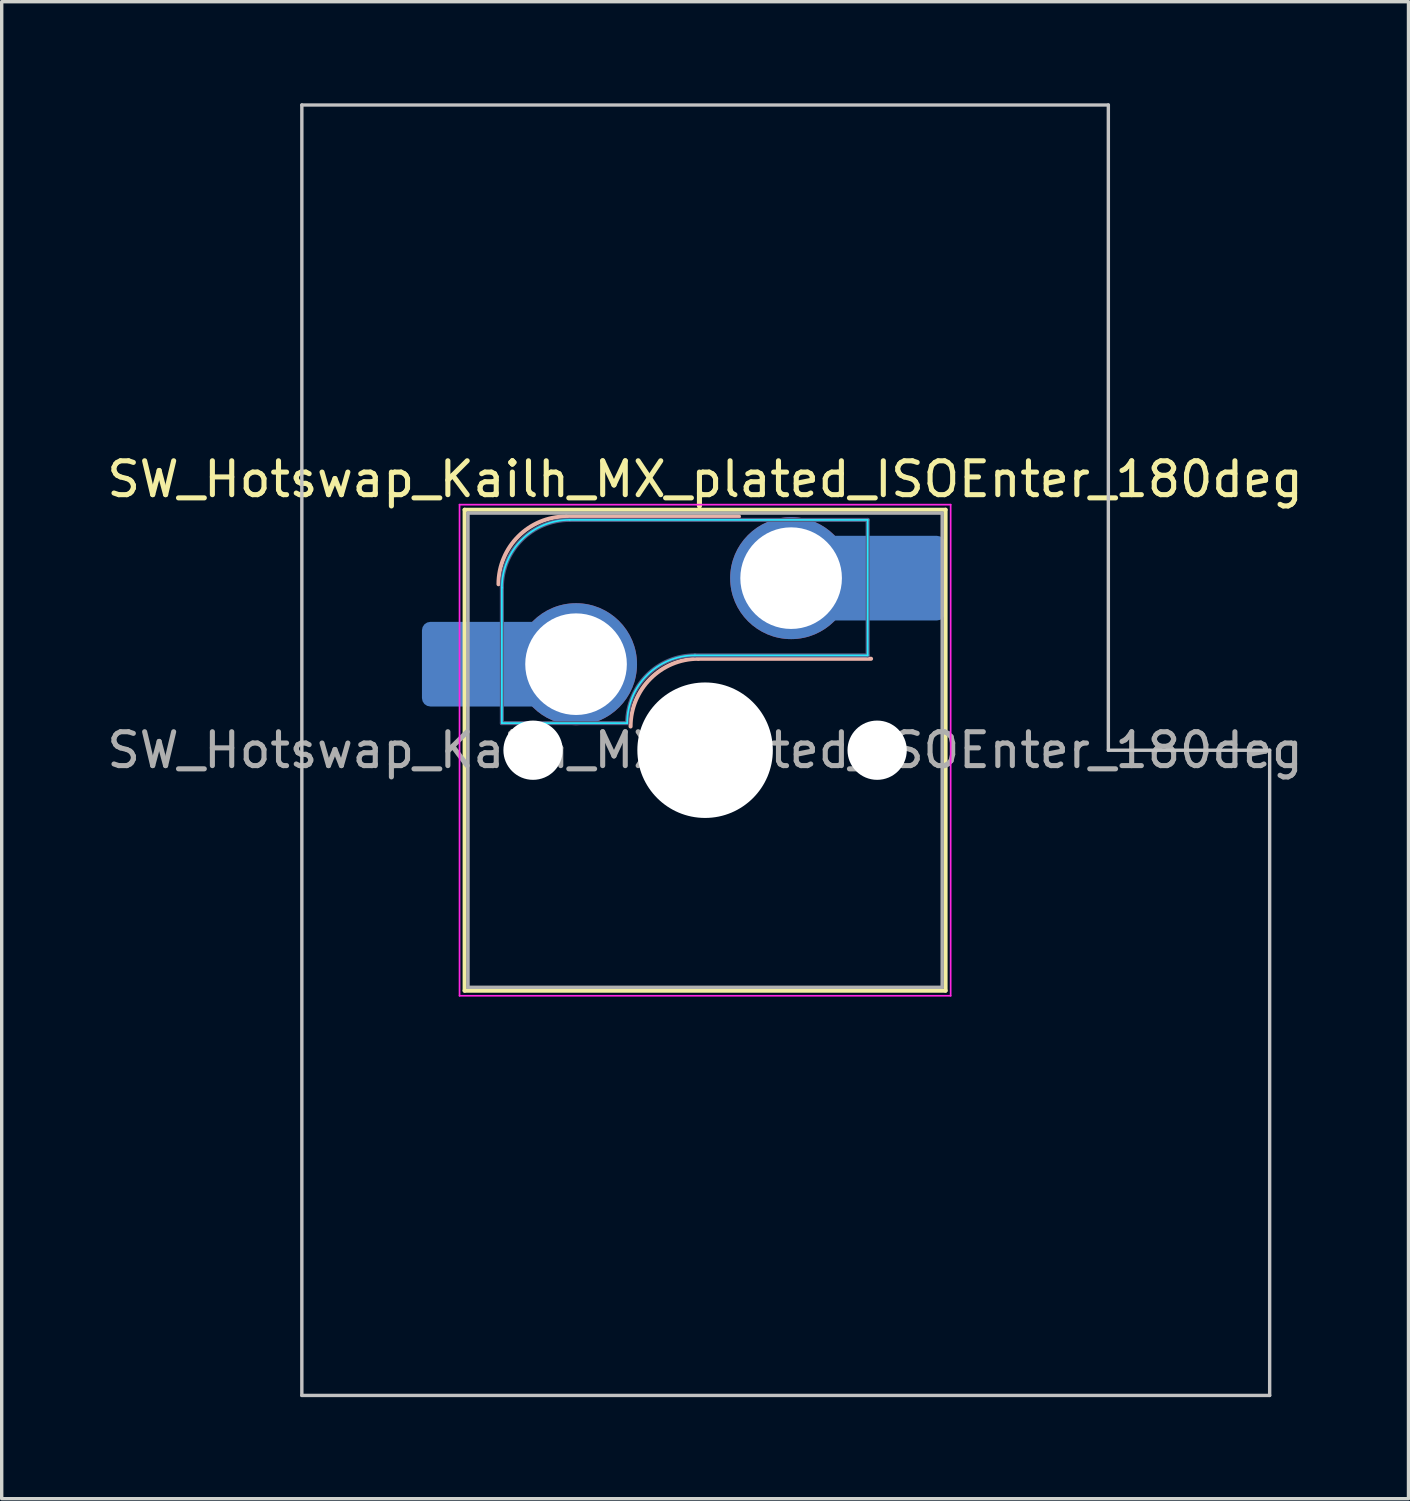
<source format=kicad_pcb>
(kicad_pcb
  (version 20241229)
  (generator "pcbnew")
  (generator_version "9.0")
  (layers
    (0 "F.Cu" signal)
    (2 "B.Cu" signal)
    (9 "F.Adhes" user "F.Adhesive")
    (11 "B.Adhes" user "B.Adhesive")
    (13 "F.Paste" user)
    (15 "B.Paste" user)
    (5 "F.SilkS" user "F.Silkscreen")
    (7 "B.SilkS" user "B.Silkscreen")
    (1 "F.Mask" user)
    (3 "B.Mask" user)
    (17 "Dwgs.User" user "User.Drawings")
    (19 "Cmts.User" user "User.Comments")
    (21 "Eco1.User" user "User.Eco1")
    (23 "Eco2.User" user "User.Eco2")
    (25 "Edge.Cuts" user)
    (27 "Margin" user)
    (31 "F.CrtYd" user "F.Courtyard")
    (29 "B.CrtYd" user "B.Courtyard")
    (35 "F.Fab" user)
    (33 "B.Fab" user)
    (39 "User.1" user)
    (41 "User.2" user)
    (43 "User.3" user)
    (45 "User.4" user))
  (footprint "SW_Hotswap_Kailh_MX_plated_ISOEnter_180deg"
    (layer "F.Cu")
    (at 17.768 19.1)
    (property "Reference" "SW_Hotswap_Kailh_MX_plated_ISOEnter_180deg" (at 0 -8 0) (layer "F.SilkS") (effects (font (size 1 1) (thickness 0.15))))
    (attr smd)
    (fp_line (start -7.1 -7.1) (end -7.1 7.1) (stroke (width 0.12) (type solid)) (layer "F.SilkS"))
    (fp_line (start -7.1 7.1) (end 7.1 7.1) (stroke (width 0.12) (type solid)) (layer "F.SilkS"))
    (fp_line (start 7.1 -7.1) (end -7.1 -7.1) (stroke (width 0.12) (type solid)) (layer "F.SilkS"))
    (fp_line (start 7.1 7.1) (end 7.1 -7.1) (stroke (width 0.12) (type solid)) (layer "F.SilkS"))
    (fp_line (start -4.1 -6.9) (end 1 -6.9) (stroke (width 0.12) (type solid)) (layer "B.SilkS"))
    (fp_line (start -0.2 -2.7) (end 4.9 -2.7) (stroke (width 0.12) (type solid)) (layer "B.SilkS"))
    (fp_arc (start -6.1 -4.9) (mid -5.514214 -6.314214) (end -4.1 -6.9) (stroke (width 0.12) (type solid)) (layer "B.SilkS"))
    (fp_arc (start -2.2 -0.7) (mid -1.614214 -2.114214) (end -0.2 -2.7) (stroke (width 0.12) (type solid)) (layer "B.SilkS"))
    (fp_line (start -11.906 -19.05) (end -11.906 19.05) (stroke (width 0.1) (type solid)) (layer "Dwgs.User"))
    (fp_line (start -11.906 19.05) (end 16.669 19.05) (stroke (width 0.1) (type solid)) (layer "Dwgs.User"))
    (fp_line (start 11.906 -19.05) (end -11.906 -19.05) (stroke (width 0.1) (type solid)) (layer "Dwgs.User"))
    (fp_line (start 11.906 0) (end 11.906 -19.05) (stroke (width 0.1) (type solid)) (layer "Dwgs.User"))
    (fp_line (start 16.669 0) (end 11.906 0) (stroke (width 0.1) (type solid)) (layer "Dwgs.User"))
    (fp_line (start 16.669 19.05) (end 16.669 0) (stroke (width 0.1) (type solid)) (layer "Dwgs.User"))
    (fp_line (start -7.8 -6) (end -7 -6) (stroke (width 0.1) (type solid)) (layer "Eco1.User"))
    (fp_line (start -7.8 -2.9) (end -7.8 -6) (stroke (width 0.1) (type solid)) (layer "Eco1.User"))
    (fp_line (start -7.8 2.9) (end -7 2.9) (stroke (width 0.1) (type solid)) (layer "Eco1.User"))
    (fp_line (start -7.8 6) (end -7.8 2.9) (stroke (width 0.1) (type solid)) (layer "Eco1.User"))
    (fp_line (start -7 -7) (end 7 -7) (stroke (width 0.1) (type solid)) (layer "Eco1.User"))
    (fp_line (start -7 -6) (end -7 -7) (stroke (width 0.1) (type solid)) (layer "Eco1.User"))
    (fp_line (start -7 -2.9) (end -7.8 -2.9) (stroke (width 0.1) (type solid)) (layer "Eco1.User"))
    (fp_line (start -7 2.9) (end -7 -2.9) (stroke (width 0.1) (type solid)) (layer "Eco1.User"))
    (fp_line (start -7 6) (end -7.8 6) (stroke (width 0.1) (type solid)) (layer "Eco1.User"))
    (fp_line (start -7 7) (end -7 6) (stroke (width 0.1) (type solid)) (layer "Eco1.User"))
    (fp_line (start 7 -7) (end 7 -6) (stroke (width 0.1) (type solid)) (layer "Eco1.User"))
    (fp_line (start 7 -6) (end 7.8 -6) (stroke (width 0.1) (type solid)) (layer "Eco1.User"))
    (fp_line (start 7 -2.9) (end 7 2.9) (stroke (width 0.1) (type solid)) (layer "Eco1.User"))
    (fp_line (start 7 2.9) (end 7.8 2.9) (stroke (width 0.1) (type solid)) (layer "Eco1.User"))
    (fp_line (start 7 6) (end 7 7) (stroke (width 0.1) (type solid)) (layer "Eco1.User"))
    (fp_line (start 7 7) (end -7 7) (stroke (width 0.1) (type solid)) (layer "Eco1.User"))
    (fp_line (start 7.8 -6) (end 7.8 -2.9) (stroke (width 0.1) (type solid)) (layer "Eco1.User"))
    (fp_line (start 7.8 -2.9) (end 7 -2.9) (stroke (width 0.1) (type solid)) (layer "Eco1.User"))
    (fp_line (start 7.8 2.9) (end 7.8 6) (stroke (width 0.1) (type solid)) (layer "Eco1.User"))
    (fp_line (start 7.8 6) (end 7 6) (stroke (width 0.1) (type solid)) (layer "Eco1.User"))
    (fp_line (start -6 -0.8) (end -6 -4.8) (stroke (width 0.05) (type solid)) (layer "B.CrtYd"))
    (fp_line (start -6 -0.8) (end -2.3 -0.8) (stroke (width 0.05) (type solid)) (layer "B.CrtYd"))
    (fp_line (start -4 -6.8) (end 4.8 -6.8) (stroke (width 0.05) (type solid)) (layer "B.CrtYd"))
    (fp_line (start -0.3 -2.8) (end 4.8 -2.8) (stroke (width 0.05) (type solid)) (layer "B.CrtYd"))
    (fp_line (start 4.8 -6.8) (end 4.8 -2.8) (stroke (width 0.05) (type solid)) (layer "B.CrtYd"))
    (fp_arc (start -6 -4.8) (mid -5.414214 -6.214214) (end -4 -6.8) (stroke (width 0.05) (type solid)) (layer "B.CrtYd"))
    (fp_arc (start -2.3 -0.8) (mid -1.714214 -2.214214) (end -0.3 -2.8) (stroke (width 0.05) (type solid)) (layer "B.CrtYd"))
    (fp_line (start -7.25 -7.25) (end -7.25 7.25) (stroke (width 0.05) (type solid)) (layer "F.CrtYd"))
    (fp_line (start -7.25 7.25) (end 7.25 7.25) (stroke (width 0.05) (type solid)) (layer "F.CrtYd"))
    (fp_line (start 7.25 -7.25) (end -7.25 -7.25) (stroke (width 0.05) (type solid)) (layer "F.CrtYd"))
    (fp_line (start 7.25 7.25) (end 7.25 -7.25) (stroke (width 0.05) (type solid)) (layer "F.CrtYd"))
    (fp_line (start -6 -0.8) (end -6 -4.8) (stroke (width 0.12) (type solid)) (layer "B.Fab"))
    (fp_line (start -6 -0.8) (end -2.3 -0.8) (stroke (width 0.12) (type solid)) (layer "B.Fab"))
    (fp_line (start -4 -6.8) (end 4.8 -6.8) (stroke (width 0.12) (type solid)) (layer "B.Fab"))
    (fp_line (start -0.3 -2.8) (end 4.8 -2.8) (stroke (width 0.12) (type solid)) (layer "B.Fab"))
    (fp_line (start 4.8 -6.8) (end 4.8 -2.8) (stroke (width 0.12) (type solid)) (layer "B.Fab"))
    (fp_arc (start -6 -4.8) (mid -5.414214 -6.214214) (end -4 -6.8) (stroke (width 0.12) (type solid)) (layer "B.Fab"))
    (fp_arc (start -2.3 -0.8) (mid -1.714214 -2.214214) (end -0.3 -2.8) (stroke (width 0.12) (type solid)) (layer "B.Fab"))
    (fp_line (start -7 -7) (end -7 7) (stroke (width 0.1) (type solid)) (layer "F.Fab"))
    (fp_line (start -7 7) (end 7 7) (stroke (width 0.1) (type solid)) (layer "F.Fab"))
    (fp_line (start 7 -7) (end -7 -7) (stroke (width 0.1) (type solid)) (layer "F.Fab"))
    (fp_line (start 7 7) (end 7 -7) (stroke (width 0.1) (type solid)) (layer "F.Fab"))
    (fp_text user "${REFERENCE}" (at 0 0 0) (layer "F.Fab") (effects (font (size 1 1) (thickness 0.15))))
    (pad "" smd roundrect (at -7.085 -2.54) (size 2.55 2.5) (layers "B.Mask" "B.Paste") (roundrect_rratio 0.1))
    (pad "" np_thru_hole circle (at -5.08 0) (size 1.75 1.75) (drill 1.75) (layers "*.Cu" "*.Mask"))
    (pad "" np_thru_hole circle (at 0 0) (size 4 4) (drill 4) (layers "*.Cu" "*.Mask"))
    (pad "" np_thru_hole circle (at 5.08 0) (size 1.75 1.75) (drill 1.75) (layers "*.Cu" "*.Mask"))
    (pad "" smd roundrect (at 5.842 -5.08) (size 2.55 2.5) (layers "B.Mask" "B.Paste") (roundrect_rratio 0.1))
    (pad "1" smd roundrect (at -6.585 -2.54) (size 3.55 2.5) (layers "B.Cu") (roundrect_rratio 0.1))
    (pad "1" thru_hole circle (at -3.81 -2.54) (size 3.6 3.6) (drill 3) (layers "*.Cu" "B.Mask"))
    (pad "2" thru_hole circle (at 2.54 -5.08) (size 3.6 3.6) (drill 3) (layers "*.Cu" "B.Mask"))
    (pad "2" smd roundrect (at 5.32 -5.08) (size 3.55 2.5) (layers "B.Cu") (roundrect_rratio 0.1)))
  (gr_rect
    (start -3 -3)
    (end 38.536 41.2)
    (stroke (width 0.1) (type default))
    (fill no)
    (layer "Edge.Cuts")))
</source>
